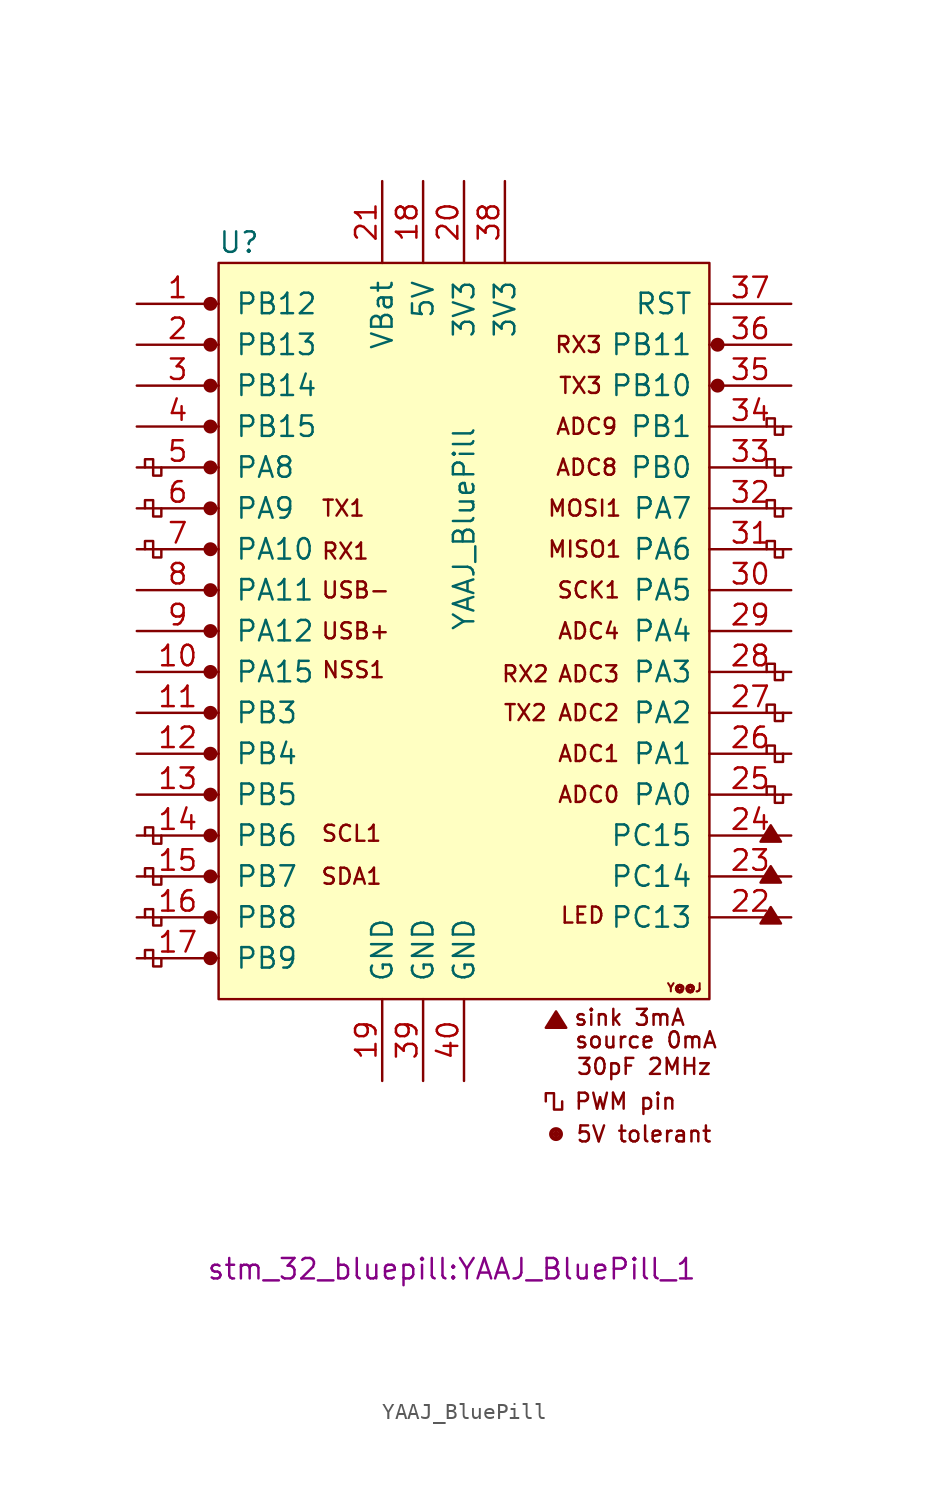
<source format=kicad_sym>
(kicad_symbol_lib
  (version 20231120)
  (generator "kicad_symbol_editor")
  (generator_version "8.0")
  (symbol "YAAJ_BluePill"
    (pin_names
      (offset 1.016))
    (property "Reference" "U"
      (at -13.97 24.13 0)
      (effects (font (size 1.27 1.27))))
    (property "Value" "YAAJ_BluePill"
      (at 0 6.35 90)
      (effects (font (size 1.27 1.27))))
    (property "Footprint" "stm_32_bluepill:YAAJ_BluePill_1"
      (at -0.762 -39.624 0)
      (effects (font (size 1.27 1.27))))
    (symbol "YAAJ_BluePill_0_0"
      (circle (center -15.748 -20.32) (radius 0.356) (stroke (width 0) (type solid)) (fill (type outline)))
      (circle (center -15.748 -17.78) (radius 0.356) (stroke (width 0) (type solid)) (fill (type outline)))
      (circle (center -15.748 -15.24) (radius 0.356) (stroke (width 0) (type solid)) (fill (type outline)))
      (circle (center -15.748 -12.7) (radius 0.356) (stroke (width 0) (type solid)) (fill (type outline)))
      (circle (center -15.748 -10.16) (radius 0.356) (stroke (width 0) (type solid)) (fill (type outline)))
      (circle (center -15.748 -7.62) (radius 0.356) (stroke (width 0) (type solid)) (fill (type outline)))
      (circle (center -15.748 -5.08) (radius 0.356) (stroke (width 0) (type solid)) (fill (type outline)))
      (circle (center -15.748 -2.54) (radius 0.356) (stroke (width 0) (type solid)) (fill (type outline)))
      (circle (center -15.748 0) (radius 0.356) (stroke (width 0) (type solid)) (fill (type outline)))
      (circle (center -15.748 2.54) (radius 0.356) (stroke (width 0) (type solid)) (fill (type outline)))
      (circle (center -15.748 5.08) (radius 0.356) (stroke (width 0) (type solid)) (fill (type outline)))
      (circle (center -15.748 7.62) (radius 0.356) (stroke (width 0) (type solid)) (fill (type outline)))
      (circle (center -15.748 10.16) (radius 0.356) (stroke (width 0) (type solid)) (fill (type outline)))
      (circle (center -15.748 12.7) (radius 0.356) (stroke (width 0) (type solid)) (fill (type outline)))
      (circle (center -15.748 15.24) (radius 0.356) (stroke (width 0) (type solid)) (fill (type outline)))
      (circle (center -15.748 20.32) (radius 0.356) (stroke (width 0) (type solid)) (fill (type outline)))
      (polyline (pts (xy 5.08 -24.638) (xy 5.715 -23.622) (xy 6.35 -24.638) (xy 5.08 -24.638) (xy 5.715 -23.749) (xy 6.223 -24.638) (xy 5.207 -24.511) (xy 5.715 -23.876) (xy 6.096 -24.638) (xy 5.334 -24.384) (xy 5.842 -24.003) (xy 5.969 -24.638) (xy 5.461 -24.257) (xy 5.969 -24.13) (xy 5.842 -24.511) (xy 5.588 -24.257) (xy 5.842 -24.384) (xy 5.715 -24.13)) (stroke (width 0) (type solid)) (fill (type none)))
      (polyline (pts (xy 18.415 -18.161) (xy 19.05 -17.145) (xy 19.685 -18.161) (xy 18.415 -18.161) (xy 19.05 -17.272) (xy 19.558 -18.161) (xy 18.542 -18.034) (xy 19.05 -17.399) (xy 19.431 -18.161) (xy 18.669 -17.907) (xy 19.177 -17.526) (xy 19.304 -18.161) (xy 18.796 -17.78) (xy 19.304 -17.653) (xy 19.177 -18.034) (xy 18.923 -17.78) (xy 19.177 -17.907) (xy 19.05 -17.653)) (stroke (width 0) (type solid)) (fill (type none)))
      (polyline (pts (xy 18.415 -15.621) (xy 19.05 -14.605) (xy 19.685 -15.621) (xy 18.415 -15.621) (xy 19.05 -14.732) (xy 19.558 -15.621) (xy 18.542 -15.494) (xy 19.05 -14.859) (xy 19.431 -15.621) (xy 18.669 -15.367) (xy 19.177 -14.986) (xy 19.304 -15.621) (xy 18.796 -15.24) (xy 19.304 -15.113) (xy 19.177 -15.494) (xy 18.923 -15.24) (xy 19.177 -15.367) (xy 19.05 -15.113)) (stroke (width 0) (type solid)) (fill (type none)))
      (polyline (pts (xy 18.415 -13.081) (xy 19.05 -12.065) (xy 19.685 -13.081) (xy 18.415 -13.081) (xy 19.05 -12.192) (xy 19.558 -13.081) (xy 18.542 -12.954) (xy 19.05 -12.319) (xy 19.431 -13.081) (xy 18.669 -12.827) (xy 19.177 -12.446) (xy 19.304 -13.081) (xy 18.796 -12.7) (xy 19.304 -12.573) (xy 19.177 -12.954) (xy 18.923 -12.7) (xy 19.177 -12.827) (xy 19.05 -12.573)) (stroke (width 0) (type solid)) (fill (type none)))
      (circle (center 5.715 -31.242) (radius 0.127) (stroke (width 0) (type solid)) (fill (type outline)))
      (circle (center 5.715 -31.242) (radius 0.254) (stroke (width 0) (type solid)) (fill (type none)))
      (circle (center 5.715 -31.242) (radius 0.356) (stroke (width 0) (type solid)) (fill (type none)))
      (circle (center 15.748 15.24) (radius 0.254) (stroke (width 0) (type solid)) (fill (type outline)))
      (circle (center 15.748 15.24) (radius 0.356) (stroke (width 0) (type solid)) (fill (type none)))
      (circle (center 15.748 17.78) (radius 0.254) (stroke (width 0) (type solid)) (fill (type outline)))
      (circle (center 15.748 17.78) (radius 0.356) (stroke (width 0) (type solid)) (fill (type none)))
      (text "30pF 2MHz" (at 11.176 -27.051 0) (effects (font (size 0.991 0.991))))
      (text "5V tolerant" (at 11.176 -31.242 0) (effects (font (size 0.991 0.991))))
      (text "ADC0" (at 7.747 -10.16 0) (effects (font (size 0.991 0.991))))
      (text "ADC1" (at 7.747 -7.62 0) (effects (font (size 0.991 0.991))))
      (text "ADC2" (at 7.747 -5.08 0) (effects (font (size 0.991 0.991))))
      (text "ADC3" (at 7.747 -2.667 0) (effects (font (size 0.991 0.991))))
      (text "ADC4" (at 7.747 0 0) (effects (font (size 0.991 0.991))))
      (text "ADC8" (at 7.62 10.16 0) (effects (font (size 0.991 0.991))))
      (text "ADC9" (at 7.62 12.7 0) (effects (font (size 0.991 0.991))))
      (text "LED" (at 7.366 -17.653 0) (effects (font (size 0.991 0.991))))
      (text "MISO1" (at 7.493 5.08 0) (effects (font (size 0.991 0.991))))
      (text "MOSI1" (at 7.493 7.62 0) (effects (font (size 0.991 0.991))))
      (text "NSS1" (at -6.858 -2.413 0) (effects (font (size 0.991 0.991))))
      (text "PWM pin" (at 10.033 -29.21 0) (effects (font (size 0.991 0.991))))
      (text "RX1" (at -7.366 4.953 0) (effects (font (size 0.991 0.991))))
      (text "RX2" (at 3.81 -2.667 0) (effects (font (size 0.991 0.991))))
      (text "RX3" (at 7.112 17.78 0) (effects (font (size 0.991 0.991))))
      (text "SCK1" (at 7.747 2.54 0) (effects (font (size 0.991 0.991))))
      (text "SCL1" (at -6.985 -12.573 0) (effects (font (size 0.991 0.991))))
      (text "SDA1" (at -6.985 -15.24 0) (effects (font (size 0.991 0.991))))
      (text "sink 3mA" (at 10.287 -24.003 0) (effects (font (size 0.991 0.991))))
      (text "source 0mA" (at 11.303 -25.4 0) (effects (font (size 0.991 0.991))))
      (text "TX1" (at -7.493 7.62 0) (effects (font (size 0.991 0.991))))
      (text "TX2" (at 3.81 -5.08 0) (effects (font (size 0.991 0.991))))
      (text "TX3" (at 7.239 15.24 0) (effects (font (size 0.991 0.991))))
      (text "USB+" (at -6.731 0 0) (effects (font (size 0.991 0.991))))
      (text "USB-" (at -6.731 2.54 0) (effects (font (size 0.991 0.991))))
      (text "Y@@J" (at 13.691 -22.149 0) (effects (font (size 0.508 0.508)))))
    (symbol "YAAJ_BluePill_0_1"
      (rectangle (start -15.24 22.86) (end 15.24 -22.86) (stroke (width 0) (type solid)) (fill (type background)))
      (polyline (pts (xy -18.796 -20.32) (xy -18.796 -20.828) (xy -19.304 -20.828) (xy -19.304 -19.812) (xy -19.812 -19.812) (xy -19.812 -20.32)) (stroke (width 0) (type solid)) (fill (type none)))
      (polyline (pts (xy -18.796 -17.78) (xy -18.796 -18.288) (xy -19.304 -18.288) (xy -19.304 -17.272) (xy -19.812 -17.272) (xy -19.812 -17.78)) (stroke (width 0) (type solid)) (fill (type none)))
      (polyline (pts (xy -18.796 -15.24) (xy -18.796 -15.748) (xy -19.304 -15.748) (xy -19.304 -14.732) (xy -19.812 -14.732) (xy -19.812 -15.24)) (stroke (width 0) (type solid)) (fill (type none)))
      (polyline (pts (xy -18.796 -12.7) (xy -18.796 -13.208) (xy -19.304 -13.208) (xy -19.304 -12.192) (xy -19.812 -12.192) (xy -19.812 -12.7)) (stroke (width 0) (type solid)) (fill (type none)))
      (polyline (pts (xy -18.796 5.08) (xy -18.796 4.572) (xy -19.304 4.572) (xy -19.304 5.588) (xy -19.812 5.588) (xy -19.812 5.08)) (stroke (width 0) (type solid)) (fill (type none)))
      (polyline (pts (xy -18.796 7.62) (xy -18.796 7.112) (xy -19.304 7.112) (xy -19.304 8.128) (xy -19.812 8.128) (xy -19.812 7.62)) (stroke (width 0) (type solid)) (fill (type none)))
      (polyline (pts (xy -18.796 10.16) (xy -18.796 9.652) (xy -19.304 9.652) (xy -19.304 10.668) (xy -19.812 10.668) (xy -19.812 10.16)) (stroke (width 0) (type solid)) (fill (type none)))
      (polyline (pts (xy 6.096 -29.21) (xy 6.096 -29.718) (xy 5.588 -29.718) (xy 5.588 -28.702) (xy 5.08 -28.702) (xy 5.08 -29.21)) (stroke (width 0) (type solid)) (fill (type none)))
      (polyline (pts (xy 19.812 -10.16) (xy 19.812 -10.668) (xy 19.304 -10.668) (xy 19.304 -9.652) (xy 18.796 -9.652) (xy 18.796 -10.16)) (stroke (width 0) (type solid)) (fill (type none)))
      (polyline (pts (xy 19.812 -7.62) (xy 19.812 -8.128) (xy 19.304 -8.128) (xy 19.304 -7.112) (xy 18.796 -7.112) (xy 18.796 -7.62)) (stroke (width 0) (type solid)) (fill (type none)))
      (polyline (pts (xy 19.812 -5.08) (xy 19.812 -5.588) (xy 19.304 -5.588) (xy 19.304 -4.572) (xy 18.796 -4.572) (xy 18.796 -5.08)) (stroke (width 0) (type solid)) (fill (type none)))
      (polyline (pts (xy 19.812 -2.54) (xy 19.812 -3.048) (xy 19.304 -3.048) (xy 19.304 -2.032) (xy 18.796 -2.032) (xy 18.796 -2.54)) (stroke (width 0) (type solid)) (fill (type none)))
      (polyline (pts (xy 19.812 5.08) (xy 19.812 4.572) (xy 19.304 4.572) (xy 19.304 5.588) (xy 18.796 5.588) (xy 18.796 5.08)) (stroke (width 0) (type solid)) (fill (type none)))
      (polyline (pts (xy 19.812 7.62) (xy 19.812 7.112) (xy 19.304 7.112) (xy 19.304 8.128) (xy 18.796 8.128) (xy 18.796 7.62)) (stroke (width 0) (type solid)) (fill (type none)))
      (polyline (pts (xy 19.812 10.16) (xy 19.812 9.652) (xy 19.304 9.652) (xy 19.304 10.668) (xy 18.796 10.668) (xy 18.796 10.16)) (stroke (width 0) (type solid)) (fill (type none)))
      (polyline (pts (xy 19.812 12.7) (xy 19.812 12.192) (xy 19.304 12.192) (xy 19.304 13.208) (xy 18.796 13.208) (xy 18.796 12.7)) (stroke (width 0) (type solid)) (fill (type none))))
    (symbol "YAAJ_BluePill_1_1"
      (circle (center -15.748 17.78) (radius 0.356) (stroke (width 0) (type solid)) (fill (type outline)))
      (pin bidirectional line (at -20.32 20.32 0) (length 5.08) (name "PB12" (effects (font (size 1.27 1.27)))) (number "1" (effects (font (size 1.27 1.27)))))
      (pin bidirectional line (at -20.32 -2.54 0) (length 5.08) (name "PA15" (effects (font (size 1.27 1.27)))) (number "10" (effects (font (size 1.27 1.27)))))
      (pin bidirectional line (at -20.32 -5.08 0) (length 5.08) (name "PB3" (effects (font (size 1.27 1.27)))) (number "11" (effects (font (size 1.27 1.27)))))
      (pin bidirectional line (at -20.32 -7.62 0) (length 5.08) (name "PB4" (effects (font (size 1.27 1.27)))) (number "12" (effects (font (size 1.27 1.27)))))
      (pin bidirectional line (at -20.32 -10.16 0) (length 5.08) (name "PB5" (effects (font (size 1.27 1.27)))) (number "13" (effects (font (size 1.27 1.27)))))
      (pin bidirectional line (at -20.32 -12.7 0) (length 5.08) (name "PB6" (effects (font (size 1.27 1.27)))) (number "14" (effects (font (size 1.27 1.27)))))
      (pin bidirectional line (at -20.32 -15.24 0) (length 5.08) (name "PB7" (effects (font (size 1.27 1.27)))) (number "15" (effects (font (size 1.27 1.27)))))
      (pin bidirectional line (at -20.32 -17.78 0) (length 5.08) (name "PB8" (effects (font (size 1.27 1.27)))) (number "16" (effects (font (size 1.27 1.27)))))
      (pin bidirectional line (at -20.32 -20.32 0) (length 5.08) (name "PB9" (effects (font (size 1.27 1.27)))) (number "17" (effects (font (size 1.27 1.27)))))
      (pin power_in line (at -2.54 27.94 270) (length 5.08) (name "5V" (effects (font (size 1.27 1.27)))) (number "18" (effects (font (size 1.27 1.27)))))
      (pin power_in line (at -5.08 -27.94 90) (length 5.08) (name "GND" (effects (font (size 1.27 1.27)))) (number "19" (effects (font (size 1.27 1.27)))))
      (pin bidirectional line (at -20.32 17.78 0) (length 5.08) (name "PB13" (effects (font (size 1.27 1.27)))) (number "2" (effects (font (size 1.27 1.27)))))
      (pin power_in line (at 0 27.94 270) (length 5.08) (name "3V3" (effects (font (size 1.27 1.27)))) (number "20" (effects (font (size 1.27 1.27)))))
      (pin power_in line (at -5.08 27.94 270) (length 5.08) (name "VBat" (effects (font (size 1.27 1.27)))) (number "21" (effects (font (size 1.27 1.27)))))
      (pin bidirectional line (at 20.32 -17.78 180) (length 5.08) (name "PC13" (effects (font (size 1.27 1.27)))) (number "22" (effects (font (size 1.27 1.27)))))
      (pin bidirectional line (at 20.32 -15.24 180) (length 5.08) (name "PC14" (effects (font (size 1.27 1.27)))) (number "23" (effects (font (size 1.27 1.27)))))
      (pin bidirectional line (at 20.32 -12.7 180) (length 5.08) (name "PC15" (effects (font (size 1.27 1.27)))) (number "24" (effects (font (size 1.27 1.27)))))
      (pin bidirectional line (at 20.32 -10.16 180) (length 5.08) (name "PA0" (effects (font (size 1.27 1.27)))) (number "25" (effects (font (size 1.27 1.27)))))
      (pin bidirectional line (at 20.32 -7.62 180) (length 5.08) (name "PA1" (effects (font (size 1.27 1.27)))) (number "26" (effects (font (size 1.27 1.27)))))
      (pin bidirectional line (at 20.32 -5.08 180) (length 5.08) (name "PA2" (effects (font (size 1.27 1.27)))) (number "27" (effects (font (size 1.27 1.27)))))
      (pin bidirectional line (at 20.32 -2.54 180) (length 5.08) (name "PA3" (effects (font (size 1.27 1.27)))) (number "28" (effects (font (size 1.27 1.27)))))
      (pin bidirectional line (at 20.32 0 180) (length 5.08) (name "PA4" (effects (font (size 1.27 1.27)))) (number "29" (effects (font (size 1.27 1.27)))))
      (pin bidirectional line (at -20.32 15.24 0) (length 5.08) (name "PB14" (effects (font (size 1.27 1.27)))) (number "3" (effects (font (size 1.27 1.27)))))
      (pin bidirectional line (at 20.32 2.54 180) (length 5.08) (name "PA5" (effects (font (size 1.27 1.27)))) (number "30" (effects (font (size 1.27 1.27)))))
      (pin bidirectional line (at 20.32 5.08 180) (length 5.08) (name "PA6" (effects (font (size 1.27 1.27)))) (number "31" (effects (font (size 1.27 1.27)))))
      (pin bidirectional line (at 20.32 7.62 180) (length 5.08) (name "PA7" (effects (font (size 1.27 1.27)))) (number "32" (effects (font (size 1.27 1.27)))))
      (pin bidirectional line (at 20.32 10.16 180) (length 5.08) (name "PB0" (effects (font (size 1.27 1.27)))) (number "33" (effects (font (size 1.27 1.27)))))
      (pin bidirectional line (at 20.32 12.7 180) (length 5.08) (name "PB1" (effects (font (size 1.27 1.27)))) (number "34" (effects (font (size 1.27 1.27)))))
      (pin bidirectional line (at 20.32 15.24 180) (length 5.08) (name "PB10" (effects (font (size 1.27 1.27)))) (number "35" (effects (font (size 1.27 1.27)))))
      (pin bidirectional line (at 20.32 17.78 180) (length 5.08) (name "PB11" (effects (font (size 1.27 1.27)))) (number "36" (effects (font (size 1.27 1.27)))))
      (pin input line (at 20.32 20.32 180) (length 5.08) (name "RST" (effects (font (size 1.27 1.27)))) (number "37" (effects (font (size 1.27 1.27)))))
      (pin power_in line (at 2.54 27.94 270) (length 5.08) (name "3V3" (effects (font (size 1.27 1.27)))) (number "38" (effects (font (size 1.27 1.27)))))
      (pin power_in line (at -2.54 -27.94 90) (length 5.08) (name "GND" (effects (font (size 1.27 1.27)))) (number "39" (effects (font (size 1.27 1.27)))))
      (pin bidirectional line (at -20.32 12.7 0) (length 5.08) (name "PB15" (effects (font (size 1.27 1.27)))) (number "4" (effects (font (size 1.27 1.27)))))
      (pin power_in line (at 0 -27.94 90) (length 5.08) (name "GND" (effects (font (size 1.27 1.27)))) (number "40" (effects (font (size 1.27 1.27)))))
      (pin bidirectional line (at -20.32 10.16 0) (length 5.08) (name "PA8" (effects (font (size 1.27 1.27)))) (number "5" (effects (font (size 1.27 1.27)))))
      (pin bidirectional line (at -20.32 7.62 0) (length 5.08) (name "PA9" (effects (font (size 1.27 1.27)))) (number "6" (effects (font (size 1.27 1.27)))))
      (pin bidirectional line (at -20.32 5.08 0) (length 5.08) (name "PA10" (effects (font (size 1.27 1.27)))) (number "7" (effects (font (size 1.27 1.27)))))
      (pin bidirectional line (at -20.32 2.54 0) (length 5.08) (name "PA11" (effects (font (size 1.27 1.27)))) (number "8" (effects (font (size 1.27 1.27)))))
      (pin bidirectional line (at -20.32 0 0) (length 5.08) (name "PA12" (effects (font (size 1.27 1.27)))) (number "9" (effects (font (size 1.27 1.27))))))))
</source>
